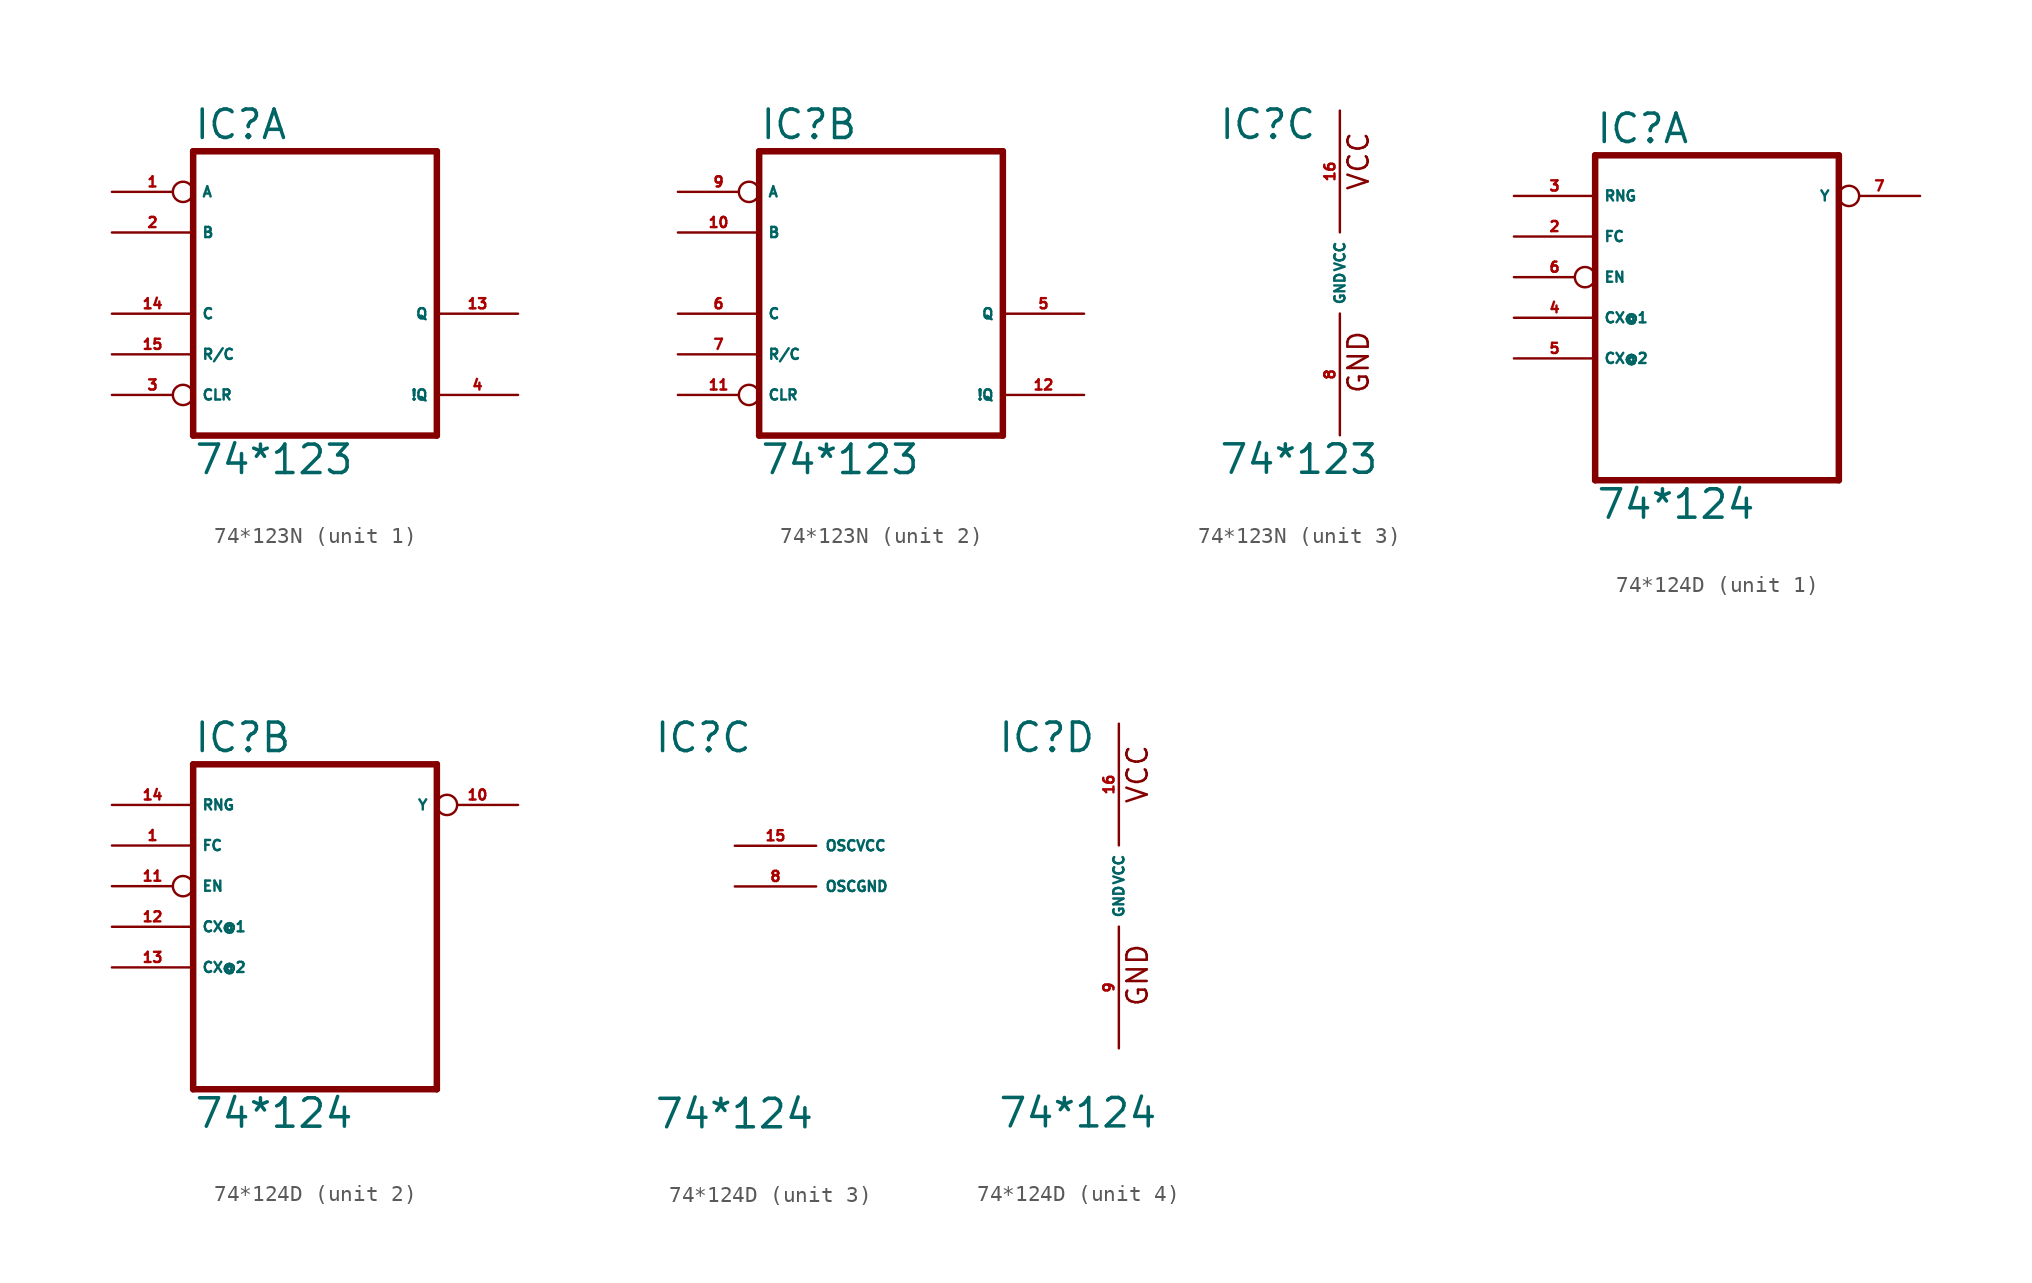
<source format=kicad_sym>
(kicad_symbol_lib
  (version 20220914)
  (generator Eagle2Kicad)
  (symbol "74*123N"
    (property "Reference" "IC"
      (at -7.62 8.255 0)
      (effects (font (size 1.778 1.778) (thickness 0.22)) (justify left bottom)))
    (property "Value" "74*123"
      (at -7.62 -12.7 0)
      (effects (font (size 1.778 1.778) (thickness 0.22)) (justify left bottom)))
    (symbol "74*123N_1_0"
      (polyline (pts (xy -7.62 -10.16) (xy 7.62 -10.16)) (stroke (width 0.406) (type default)) (fill (type none)))
      (polyline (pts (xy 7.62 -10.16) (xy 7.62 7.62)) (stroke (width 0.406) (type default)) (fill (type none)))
      (polyline (pts (xy 7.62 7.62) (xy -7.62 7.62)) (stroke (width 0.406) (type default)) (fill (type none)))
      (polyline (pts (xy -7.62 7.62) (xy -7.62 -10.16)) (stroke (width 0.406) (type default)) (fill (type none)))
      (pin input inverted (at -12.7 5.08 0) (length 5.08) (name "A" (effects (font (size 0.635 0.635) (thickness 0.08)) (justify left bottom))) (number "1" (effects (font (size 0.635 0.635) (thickness 0.08)) (justify left bottom))))
      (pin input line (at -12.7 2.54 0) (length 5.08) (name "B" (effects (font (size 0.635 0.635) (thickness 0.08)) (justify left bottom))) (number "2" (effects (font (size 0.635 0.635) (thickness 0.08)) (justify left bottom))))
      (pin input inverted (at -12.7 -7.62 0) (length 5.08) (name "CLR" (effects (font (size 0.635 0.635) (thickness 0.08)) (justify left bottom))) (number "3" (effects (font (size 0.635 0.635) (thickness 0.08)) (justify left bottom))))
      (pin output line (at 12.7 -7.62 180) (length 5.08) (name "!Q" (effects (font (size 0.635 0.635) (thickness 0.08)) (justify left bottom))) (number "4" (effects (font (size 0.635 0.635) (thickness 0.08)) (justify left bottom))))
      (pin output line (at 12.7 -2.54 180) (length 5.08) (name "Q" (effects (font (size 0.635 0.635) (thickness 0.08)) (justify left bottom))) (number "13" (effects (font (size 0.635 0.635) (thickness 0.08)) (justify left bottom))))
      (pin input line (at -12.7 -2.54 0) (length 5.08) (name "C" (effects (font (size 0.635 0.635) (thickness 0.08)) (justify left bottom))) (number "14" (effects (font (size 0.635 0.635) (thickness 0.08)) (justify left bottom))))
      (pin input line (at -12.7 -5.08 0) (length 5.08) (name "R/C" (effects (font (size 0.635 0.635) (thickness 0.08)) (justify left bottom))) (number "15" (effects (font (size 0.635 0.635) (thickness 0.08)) (justify left bottom)))))
    (symbol "74*123N_2_0"
      (polyline (pts (xy -7.62 -10.16) (xy 7.62 -10.16)) (stroke (width 0.406) (type default)) (fill (type none)))
      (polyline (pts (xy 7.62 -10.16) (xy 7.62 7.62)) (stroke (width 0.406) (type default)) (fill (type none)))
      (polyline (pts (xy 7.62 7.62) (xy -7.62 7.62)) (stroke (width 0.406) (type default)) (fill (type none)))
      (polyline (pts (xy -7.62 7.62) (xy -7.62 -10.16)) (stroke (width 0.406) (type default)) (fill (type none)))
      (pin input inverted (at -12.7 5.08 0) (length 5.08) (name "A" (effects (font (size 0.635 0.635) (thickness 0.08)) (justify left bottom))) (number "9" (effects (font (size 0.635 0.635) (thickness 0.08)) (justify left bottom))))
      (pin input line (at -12.7 2.54 0) (length 5.08) (name "B" (effects (font (size 0.635 0.635) (thickness 0.08)) (justify left bottom))) (number "10" (effects (font (size 0.635 0.635) (thickness 0.08)) (justify left bottom))))
      (pin input inverted (at -12.7 -7.62 0) (length 5.08) (name "CLR" (effects (font (size 0.635 0.635) (thickness 0.08)) (justify left bottom))) (number "11" (effects (font (size 0.635 0.635) (thickness 0.08)) (justify left bottom))))
      (pin output line (at 12.7 -7.62 180) (length 5.08) (name "!Q" (effects (font (size 0.635 0.635) (thickness 0.08)) (justify left bottom))) (number "12" (effects (font (size 0.635 0.635) (thickness 0.08)) (justify left bottom))))
      (pin output line (at 12.7 -2.54 180) (length 5.08) (name "Q" (effects (font (size 0.635 0.635) (thickness 0.08)) (justify left bottom))) (number "5" (effects (font (size 0.635 0.635) (thickness 0.08)) (justify left bottom))))
      (pin input line (at -12.7 -2.54 0) (length 5.08) (name "C" (effects (font (size 0.635 0.635) (thickness 0.08)) (justify left bottom))) (number "6" (effects (font (size 0.635 0.635) (thickness 0.08)) (justify left bottom))))
      (pin input line (at -12.7 -5.08 0) (length 5.08) (name "R/C" (effects (font (size 0.635 0.635) (thickness 0.08)) (justify left bottom))) (number "7" (effects (font (size 0.635 0.635) (thickness 0.08)) (justify left bottom)))))
    (symbol "74*123N_3_0"
      (text "GND" (at 1.905 -7.62 900) (effects (font (size 1.27 1.27) (thickness 0.16)) (justify left bottom)))
      (text "VCC" (at 1.905 5.08 900) (effects (font (size 1.27 1.27) (thickness 0.16)) (justify left bottom)))
      (pin unspecified line (at 0 -10.16 90) (length 7.62) (name "GND" (effects (font (size 0.635 0.635) (thickness 0.08)) (justify left bottom))) (number "8" (effects (font (size 0.635 0.635) (thickness 0.08)) (justify left bottom))))
      (pin unspecified line (at 0 10.16 270) (length 7.62) (name "VCC" (effects (font (size 0.635 0.635) (thickness 0.08)) (justify left bottom))) (number "16" (effects (font (size 0.635 0.635) (thickness 0.08)) (justify left bottom))))))
  (symbol "74*124D"
    (property "Reference" "IC"
      (at -7.62 8.255 0)
      (effects (font (size 1.778 1.778) (thickness 0.22)) (justify left bottom)))
    (property "Value" "74*124"
      (at -7.62 -15.24 0)
      (effects (font (size 1.778 1.778) (thickness 0.22)) (justify left bottom)))
    (symbol "74*124D_1_0"
      (polyline (pts (xy -7.62 -12.7) (xy 7.62 -12.7)) (stroke (width 0.406) (type default)) (fill (type none)))
      (polyline (pts (xy 7.62 -12.7) (xy 7.62 7.62)) (stroke (width 0.406) (type default)) (fill (type none)))
      (polyline (pts (xy 7.62 7.62) (xy -7.62 7.62)) (stroke (width 0.406) (type default)) (fill (type none)))
      (polyline (pts (xy -7.62 7.62) (xy -7.62 -12.7)) (stroke (width 0.406) (type default)) (fill (type none)))
      (pin input line (at -12.7 2.54 0) (length 5.08) (name "FC" (effects (font (size 0.635 0.635) (thickness 0.08)) (justify left bottom))) (number "2" (effects (font (size 0.635 0.635) (thickness 0.08)) (justify left bottom))))
      (pin input line (at -12.7 5.08 0) (length 5.08) (name "RNG" (effects (font (size 0.635 0.635) (thickness 0.08)) (justify left bottom))) (number "3" (effects (font (size 0.635 0.635) (thickness 0.08)) (justify left bottom))))
      (pin input line (at -12.7 -2.54 0) (length 5.08) (name "CX@1" (effects (font (size 0.635 0.635) (thickness 0.08)) (justify left bottom))) (number "4" (effects (font (size 0.635 0.635) (thickness 0.08)) (justify left bottom))))
      (pin input line (at -12.7 -5.08 0) (length 5.08) (name "CX@2" (effects (font (size 0.635 0.635) (thickness 0.08)) (justify left bottom))) (number "5" (effects (font (size 0.635 0.635) (thickness 0.08)) (justify left bottom))))
      (pin input inverted (at -12.7 0 0) (length 5.08) (name "EN" (effects (font (size 0.635 0.635) (thickness 0.08)) (justify left bottom))) (number "6" (effects (font (size 0.635 0.635) (thickness 0.08)) (justify left bottom))))
      (pin output inverted (at 12.7 5.08 180) (length 5.08) (name "Y" (effects (font (size 0.635 0.635) (thickness 0.08)) (justify left bottom))) (number "7" (effects (font (size 0.635 0.635) (thickness 0.08)) (justify left bottom)))))
    (symbol "74*124D_2_0"
      (polyline (pts (xy -7.62 -12.7) (xy 7.62 -12.7)) (stroke (width 0.406) (type default)) (fill (type none)))
      (polyline (pts (xy 7.62 -12.7) (xy 7.62 7.62)) (stroke (width 0.406) (type default)) (fill (type none)))
      (polyline (pts (xy 7.62 7.62) (xy -7.62 7.62)) (stroke (width 0.406) (type default)) (fill (type none)))
      (polyline (pts (xy -7.62 7.62) (xy -7.62 -12.7)) (stroke (width 0.406) (type default)) (fill (type none)))
      (pin input line (at -12.7 2.54 0) (length 5.08) (name "FC" (effects (font (size 0.635 0.635) (thickness 0.08)) (justify left bottom))) (number "1" (effects (font (size 0.635 0.635) (thickness 0.08)) (justify left bottom))))
      (pin input line (at -12.7 5.08 0) (length 5.08) (name "RNG" (effects (font (size 0.635 0.635) (thickness 0.08)) (justify left bottom))) (number "14" (effects (font (size 0.635 0.635) (thickness 0.08)) (justify left bottom))))
      (pin input line (at -12.7 -2.54 0) (length 5.08) (name "CX@1" (effects (font (size 0.635 0.635) (thickness 0.08)) (justify left bottom))) (number "12" (effects (font (size 0.635 0.635) (thickness 0.08)) (justify left bottom))))
      (pin input line (at -12.7 -5.08 0) (length 5.08) (name "CX@2" (effects (font (size 0.635 0.635) (thickness 0.08)) (justify left bottom))) (number "13" (effects (font (size 0.635 0.635) (thickness 0.08)) (justify left bottom))))
      (pin input inverted (at -12.7 0 0) (length 5.08) (name "EN" (effects (font (size 0.635 0.635) (thickness 0.08)) (justify left bottom))) (number "11" (effects (font (size 0.635 0.635) (thickness 0.08)) (justify left bottom))))
      (pin output inverted (at 12.7 5.08 180) (length 5.08) (name "Y" (effects (font (size 0.635 0.635) (thickness 0.08)) (justify left bottom))) (number "10" (effects (font (size 0.635 0.635) (thickness 0.08)) (justify left bottom)))))
    (symbol "74*124D_3_0"
      (pin unspecified line (at -2.54 0 0) (length 5.08) (name "OSCGND" (effects (font (size 0.635 0.635) (thickness 0.08)) (justify left bottom))) (number "8" (effects (font (size 0.635 0.635) (thickness 0.08)) (justify left bottom))))
      (pin unspecified line (at -2.54 2.54 0) (length 5.08) (name "OSCVCC" (effects (font (size 0.635 0.635) (thickness 0.08)) (justify left bottom))) (number "15" (effects (font (size 0.635 0.635) (thickness 0.08)) (justify left bottom)))))
    (symbol "74*124D_4_0"
      (text "GND" (at 1.905 -7.62 900) (effects (font (size 1.27 1.27) (thickness 0.16)) (justify left bottom)))
      (text "VCC" (at 1.905 5.08 900) (effects (font (size 1.27 1.27) (thickness 0.16)) (justify left bottom)))
      (pin unspecified line (at 0 -10.16 90) (length 7.62) (name "GND" (effects (font (size 0.635 0.635) (thickness 0.08)) (justify left bottom))) (number "9" (effects (font (size 0.635 0.635) (thickness 0.08)) (justify left bottom))))
      (pin unspecified line (at 0 10.16 270) (length 7.62) (name "VCC" (effects (font (size 0.635 0.635) (thickness 0.08)) (justify left bottom))) (number "16" (effects (font (size 0.635 0.635) (thickness 0.08)) (justify left bottom)))))))
</source>
